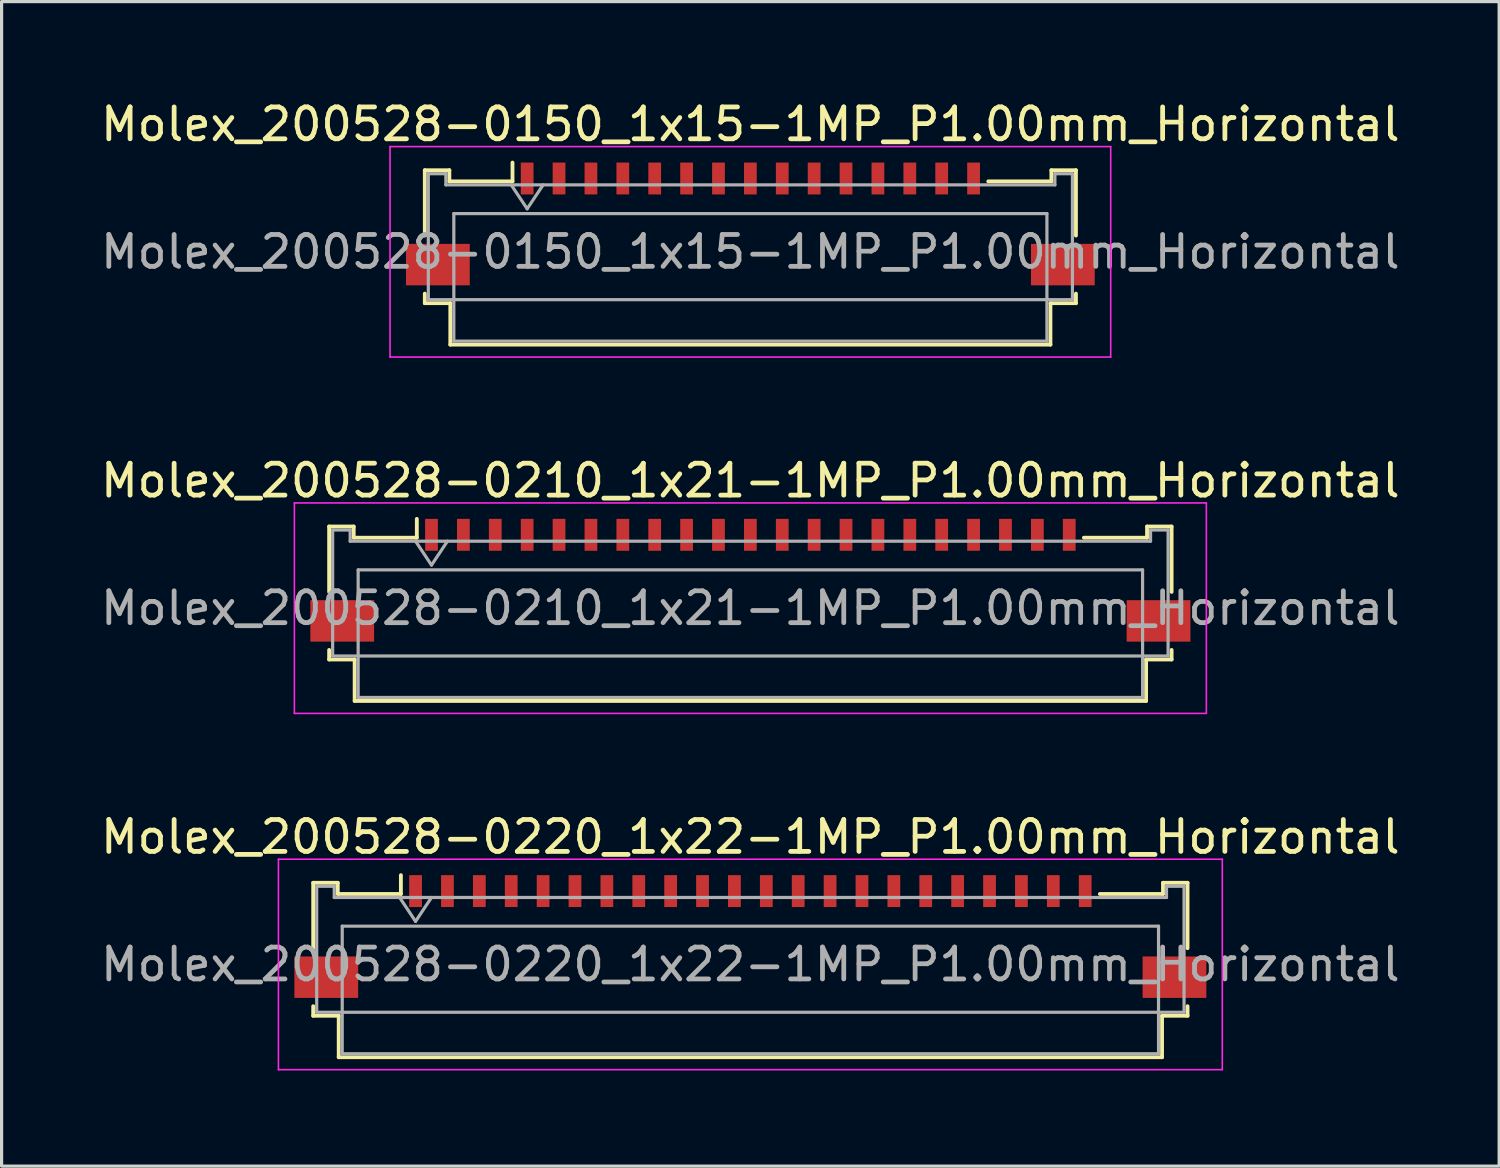
<source format=kicad_pcb>
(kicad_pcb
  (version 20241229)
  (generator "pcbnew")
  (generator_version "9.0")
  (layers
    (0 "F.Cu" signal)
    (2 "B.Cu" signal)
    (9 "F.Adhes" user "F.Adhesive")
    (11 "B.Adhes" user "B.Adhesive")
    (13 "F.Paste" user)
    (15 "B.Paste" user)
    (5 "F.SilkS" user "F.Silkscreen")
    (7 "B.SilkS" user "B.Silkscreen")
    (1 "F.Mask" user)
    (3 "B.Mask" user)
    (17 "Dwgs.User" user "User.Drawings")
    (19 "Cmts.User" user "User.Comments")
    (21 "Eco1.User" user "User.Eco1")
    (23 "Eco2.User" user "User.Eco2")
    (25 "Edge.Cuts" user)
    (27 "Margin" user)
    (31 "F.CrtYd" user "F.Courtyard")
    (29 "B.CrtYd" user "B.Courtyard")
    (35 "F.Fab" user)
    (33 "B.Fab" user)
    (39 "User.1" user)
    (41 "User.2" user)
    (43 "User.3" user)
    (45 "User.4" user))
  (footprint "Molex_200528-0150_1x15-1MP_P1.00mm_Horizontal"
    (layer "F.Cu")
    (at 20.482 3.458)
    (property "Reference" "Molex_200528-0150_1x15-1MP_P1.00mm_Horizontal" (at 0 -2.61 0) (layer "F.SilkS") (effects (font (size 1 1) (thickness 0.15))))
    (attr smd)
    (fp_line (start -10.21 -1.17) (end -10.21 0.88) (stroke (width 0.12) (type solid)) (layer "F.SilkS"))
    (fp_line (start -10.21 2.7) (end -10.21 3) (stroke (width 0.12) (type solid)) (layer "F.SilkS"))
    (fp_line (start -10.21 3) (end -9.41 3) (stroke (width 0.12) (type solid)) (layer "F.SilkS"))
    (fp_line (start -9.44 -1.17) (end -10.21 -1.17) (stroke (width 0.12) (type solid)) (layer "F.SilkS"))
    (fp_line (start -9.44 -0.82) (end -9.44 -1.17) (stroke (width 0.12) (type solid)) (layer "F.SilkS"))
    (fp_line (start -9.41 3) (end -9.41 4.3) (stroke (width 0.12) (type solid)) (layer "F.SilkS"))
    (fp_line (start -9.41 4.3) (end 9.41 4.3) (stroke (width 0.12) (type solid)) (layer "F.SilkS"))
    (fp_line (start -7.46 -1.41) (end -7.46 -0.82) (stroke (width 0.12) (type solid)) (layer "F.SilkS"))
    (fp_line (start -7.46 -0.82) (end -9.44 -0.82) (stroke (width 0.12) (type solid)) (layer "F.SilkS"))
    (fp_line (start 9.41 3) (end 10.21 3) (stroke (width 0.12) (type solid)) (layer "F.SilkS"))
    (fp_line (start 9.41 4.3) (end 9.41 3) (stroke (width 0.12) (type solid)) (layer "F.SilkS"))
    (fp_line (start 9.44 -1.17) (end 9.44 -0.82) (stroke (width 0.12) (type solid)) (layer "F.SilkS"))
    (fp_line (start 9.44 -0.82) (end 7.46 -0.82) (stroke (width 0.12) (type solid)) (layer "F.SilkS"))
    (fp_line (start 10.21 -1.17) (end 9.44 -1.17) (stroke (width 0.12) (type solid)) (layer "F.SilkS"))
    (fp_line (start 10.21 0.88) (end 10.21 -1.17) (stroke (width 0.12) (type solid)) (layer "F.SilkS"))
    (fp_line (start 10.21 3) (end 10.21 2.7) (stroke (width 0.12) (type solid)) (layer "F.SilkS"))
    (fp_line (start -11.3 -1.91) (end -11.3 4.69) (stroke (width 0.05) (type solid)) (layer "F.CrtYd"))
    (fp_line (start -11.3 4.69) (end 11.3 4.69) (stroke (width 0.05) (type solid)) (layer "F.CrtYd"))
    (fp_line (start 11.3 -1.91) (end -11.3 -1.91) (stroke (width 0.05) (type solid)) (layer "F.CrtYd"))
    (fp_line (start 11.3 4.69) (end 11.3 -1.91) (stroke (width 0.05) (type solid)) (layer "F.CrtYd"))
    (fp_line (start -10.1 -1.06) (end -10.1 2.89) (stroke (width 0.1) (type solid)) (layer "F.Fab"))
    (fp_line (start -10.1 2.89) (end 10.1 2.89) (stroke (width 0.1) (type solid)) (layer "F.Fab"))
    (fp_line (start -9.55 -1.06) (end -10.1 -1.06) (stroke (width 0.1) (type solid)) (layer "F.Fab"))
    (fp_line (start -9.55 -0.71) (end -9.55 -1.06) (stroke (width 0.1) (type solid)) (layer "F.Fab"))
    (fp_line (start -9.3 0.19) (end -9.3 4.19) (stroke (width 0.1) (type solid)) (layer "F.Fab"))
    (fp_line (start -9.3 4.19) (end 9.3 4.19) (stroke (width 0.1) (type solid)) (layer "F.Fab"))
    (fp_line (start -7.5 -0.71) (end -7 0.04) (stroke (width 0.1) (type solid)) (layer "F.Fab"))
    (fp_line (start -7 0.04) (end -6.5 -0.71) (stroke (width 0.1) (type solid)) (layer "F.Fab"))
    (fp_line (start 9.3 0.19) (end -9.3 0.19) (stroke (width 0.1) (type solid)) (layer "F.Fab"))
    (fp_line (start 9.3 4.19) (end 9.3 0.19) (stroke (width 0.1) (type solid)) (layer "F.Fab"))
    (fp_line (start 9.55 -1.06) (end 9.55 -0.71) (stroke (width 0.1) (type solid)) (layer "F.Fab"))
    (fp_line (start 9.55 -0.71) (end -9.55 -0.71) (stroke (width 0.1) (type solid)) (layer "F.Fab"))
    (fp_line (start 10.1 -1.06) (end 9.55 -1.06) (stroke (width 0.1) (type solid)) (layer "F.Fab"))
    (fp_line (start 10.1 2.89) (end 10.1 -1.06) (stroke (width 0.1) (type solid)) (layer "F.Fab"))
    (fp_text user "${REFERENCE}" (at 0 1.39 0) (layer "F.Fab") (effects (font (size 1 1) (thickness 0.15))))
    (pad "1" smd rect (at -7 -0.91) (size 0.4 1) (layers "F.Cu" "F.Mask" "F.Paste"))
    (pad "2" smd rect (at -6 -0.91) (size 0.4 1) (layers "F.Cu" "F.Mask" "F.Paste"))
    (pad "3" smd rect (at -5 -0.91) (size 0.4 1) (layers "F.Cu" "F.Mask" "F.Paste"))
    (pad "4" smd rect (at -4 -0.91) (size 0.4 1) (layers "F.Cu" "F.Mask" "F.Paste"))
    (pad "5" smd rect (at -3 -0.91) (size 0.4 1) (layers "F.Cu" "F.Mask" "F.Paste"))
    (pad "6" smd rect (at -2 -0.91) (size 0.4 1) (layers "F.Cu" "F.Mask" "F.Paste"))
    (pad "7" smd rect (at -1 -0.91) (size 0.4 1) (layers "F.Cu" "F.Mask" "F.Paste"))
    (pad "8" smd rect (at 0 -0.91) (size 0.4 1) (layers "F.Cu" "F.Mask" "F.Paste"))
    (pad "9" smd rect (at 1 -0.91) (size 0.4 1) (layers "F.Cu" "F.Mask" "F.Paste"))
    (pad "10" smd rect (at 2 -0.91) (size 0.4 1) (layers "F.Cu" "F.Mask" "F.Paste"))
    (pad "11" smd rect (at 3 -0.91) (size 0.4 1) (layers "F.Cu" "F.Mask" "F.Paste"))
    (pad "12" smd rect (at 4 -0.91) (size 0.4 1) (layers "F.Cu" "F.Mask" "F.Paste"))
    (pad "13" smd rect (at 5 -0.91) (size 0.4 1) (layers "F.Cu" "F.Mask" "F.Paste"))
    (pad "14" smd rect (at 6 -0.91) (size 0.4 1) (layers "F.Cu" "F.Mask" "F.Paste"))
    (pad "15" smd rect (at 7 -0.91) (size 0.4 1) (layers "F.Cu" "F.Mask" "F.Paste"))
    (pad "MP" smd rect (at -9.8 1.79) (size 2 1.3) (layers "F.Cu" "F.Mask" "F.Paste"))
    (pad "MP" smd rect (at 9.8 1.79) (size 2 1.3) (layers "F.Cu" "F.Mask" "F.Paste")))
  (footprint "Molex_200528-0210_1x21-1MP_P1.00mm_Horizontal"
    (layer "F.Cu")
    (at 20.482 14.632)
    (property "Reference" "Molex_200528-0210_1x21-1MP_P1.00mm_Horizontal" (at 0 -2.61 0) (layer "F.SilkS") (effects (font (size 1 1) (thickness 0.15))))
    (attr smd)
    (fp_line (start -13.21 -1.17) (end -13.21 0.88) (stroke (width 0.12) (type solid)) (layer "F.SilkS"))
    (fp_line (start -13.21 2.7) (end -13.21 3) (stroke (width 0.12) (type solid)) (layer "F.SilkS"))
    (fp_line (start -13.21 3) (end -12.41 3) (stroke (width 0.12) (type solid)) (layer "F.SilkS"))
    (fp_line (start -12.44 -1.17) (end -13.21 -1.17) (stroke (width 0.12) (type solid)) (layer "F.SilkS"))
    (fp_line (start -12.44 -0.82) (end -12.44 -1.17) (stroke (width 0.12) (type solid)) (layer "F.SilkS"))
    (fp_line (start -12.41 3) (end -12.41 4.3) (stroke (width 0.12) (type solid)) (layer "F.SilkS"))
    (fp_line (start -12.41 4.3) (end 12.41 4.3) (stroke (width 0.12) (type solid)) (layer "F.SilkS"))
    (fp_line (start -10.46 -1.41) (end -10.46 -0.82) (stroke (width 0.12) (type solid)) (layer "F.SilkS"))
    (fp_line (start -10.46 -0.82) (end -12.44 -0.82) (stroke (width 0.12) (type solid)) (layer "F.SilkS"))
    (fp_line (start 12.41 3) (end 13.21 3) (stroke (width 0.12) (type solid)) (layer "F.SilkS"))
    (fp_line (start 12.41 4.3) (end 12.41 3) (stroke (width 0.12) (type solid)) (layer "F.SilkS"))
    (fp_line (start 12.44 -1.17) (end 12.44 -0.82) (stroke (width 0.12) (type solid)) (layer "F.SilkS"))
    (fp_line (start 12.44 -0.82) (end 10.46 -0.82) (stroke (width 0.12) (type solid)) (layer "F.SilkS"))
    (fp_line (start 13.21 -1.17) (end 12.44 -1.17) (stroke (width 0.12) (type solid)) (layer "F.SilkS"))
    (fp_line (start 13.21 0.88) (end 13.21 -1.17) (stroke (width 0.12) (type solid)) (layer "F.SilkS"))
    (fp_line (start 13.21 3) (end 13.21 2.7) (stroke (width 0.12) (type solid)) (layer "F.SilkS"))
    (fp_line (start -14.3 -1.91) (end -14.3 4.69) (stroke (width 0.05) (type solid)) (layer "F.CrtYd"))
    (fp_line (start -14.3 4.69) (end 14.3 4.69) (stroke (width 0.05) (type solid)) (layer "F.CrtYd"))
    (fp_line (start 14.3 -1.91) (end -14.3 -1.91) (stroke (width 0.05) (type solid)) (layer "F.CrtYd"))
    (fp_line (start 14.3 4.69) (end 14.3 -1.91) (stroke (width 0.05) (type solid)) (layer "F.CrtYd"))
    (fp_line (start -13.1 -1.06) (end -13.1 2.89) (stroke (width 0.1) (type solid)) (layer "F.Fab"))
    (fp_line (start -13.1 2.89) (end 13.1 2.89) (stroke (width 0.1) (type solid)) (layer "F.Fab"))
    (fp_line (start -12.55 -1.06) (end -13.1 -1.06) (stroke (width 0.1) (type solid)) (layer "F.Fab"))
    (fp_line (start -12.55 -0.71) (end -12.55 -1.06) (stroke (width 0.1) (type solid)) (layer "F.Fab"))
    (fp_line (start -12.3 0.19) (end -12.3 4.19) (stroke (width 0.1) (type solid)) (layer "F.Fab"))
    (fp_line (start -12.3 4.19) (end 12.3 4.19) (stroke (width 0.1) (type solid)) (layer "F.Fab"))
    (fp_line (start -10.5 -0.71) (end -10 0.04) (stroke (width 0.1) (type solid)) (layer "F.Fab"))
    (fp_line (start -10 0.04) (end -9.5 -0.71) (stroke (width 0.1) (type solid)) (layer "F.Fab"))
    (fp_line (start 12.3 0.19) (end -12.3 0.19) (stroke (width 0.1) (type solid)) (layer "F.Fab"))
    (fp_line (start 12.3 4.19) (end 12.3 0.19) (stroke (width 0.1) (type solid)) (layer "F.Fab"))
    (fp_line (start 12.55 -1.06) (end 12.55 -0.71) (stroke (width 0.1) (type solid)) (layer "F.Fab"))
    (fp_line (start 12.55 -0.71) (end -12.55 -0.71) (stroke (width 0.1) (type solid)) (layer "F.Fab"))
    (fp_line (start 13.1 -1.06) (end 12.55 -1.06) (stroke (width 0.1) (type solid)) (layer "F.Fab"))
    (fp_line (start 13.1 2.89) (end 13.1 -1.06) (stroke (width 0.1) (type solid)) (layer "F.Fab"))
    (fp_text user "${REFERENCE}" (at 0 1.39 0) (layer "F.Fab") (effects (font (size 1 1) (thickness 0.15))))
    (pad "1" smd rect (at -10 -0.91) (size 0.4 1) (layers "F.Cu" "F.Mask" "F.Paste"))
    (pad "2" smd rect (at -9 -0.91) (size 0.4 1) (layers "F.Cu" "F.Mask" "F.Paste"))
    (pad "3" smd rect (at -8 -0.91) (size 0.4 1) (layers "F.Cu" "F.Mask" "F.Paste"))
    (pad "4" smd rect (at -7 -0.91) (size 0.4 1) (layers "F.Cu" "F.Mask" "F.Paste"))
    (pad "5" smd rect (at -6 -0.91) (size 0.4 1) (layers "F.Cu" "F.Mask" "F.Paste"))
    (pad "6" smd rect (at -5 -0.91) (size 0.4 1) (layers "F.Cu" "F.Mask" "F.Paste"))
    (pad "7" smd rect (at -4 -0.91) (size 0.4 1) (layers "F.Cu" "F.Mask" "F.Paste"))
    (pad "8" smd rect (at -3 -0.91) (size 0.4 1) (layers "F.Cu" "F.Mask" "F.Paste"))
    (pad "9" smd rect (at -2 -0.91) (size 0.4 1) (layers "F.Cu" "F.Mask" "F.Paste"))
    (pad "10" smd rect (at -1 -0.91) (size 0.4 1) (layers "F.Cu" "F.Mask" "F.Paste"))
    (pad "11" smd rect (at 0 -0.91) (size 0.4 1) (layers "F.Cu" "F.Mask" "F.Paste"))
    (pad "12" smd rect (at 1 -0.91) (size 0.4 1) (layers "F.Cu" "F.Mask" "F.Paste"))
    (pad "13" smd rect (at 2 -0.91) (size 0.4 1) (layers "F.Cu" "F.Mask" "F.Paste"))
    (pad "14" smd rect (at 3 -0.91) (size 0.4 1) (layers "F.Cu" "F.Mask" "F.Paste"))
    (pad "15" smd rect (at 4 -0.91) (size 0.4 1) (layers "F.Cu" "F.Mask" "F.Paste"))
    (pad "16" smd rect (at 5 -0.91) (size 0.4 1) (layers "F.Cu" "F.Mask" "F.Paste"))
    (pad "17" smd rect (at 6 -0.91) (size 0.4 1) (layers "F.Cu" "F.Mask" "F.Paste"))
    (pad "18" smd rect (at 7 -0.91) (size 0.4 1) (layers "F.Cu" "F.Mask" "F.Paste"))
    (pad "19" smd rect (at 8 -0.91) (size 0.4 1) (layers "F.Cu" "F.Mask" "F.Paste"))
    (pad "20" smd rect (at 9 -0.91) (size 0.4 1) (layers "F.Cu" "F.Mask" "F.Paste"))
    (pad "21" smd rect (at 10 -0.91) (size 0.4 1) (layers "F.Cu" "F.Mask" "F.Paste"))
    (pad "MP" smd rect (at -12.8 1.79) (size 2 1.3) (layers "F.Cu" "F.Mask" "F.Paste"))
    (pad "MP" smd rect (at 12.8 1.79) (size 2 1.3) (layers "F.Cu" "F.Mask" "F.Paste")))
  (footprint "Molex_200528-0220_1x22-1MP_P1.00mm_Horizontal"
    (layer "F.Cu")
    (at 20.482 25.805)
    (property "Reference" "Molex_200528-0220_1x22-1MP_P1.00mm_Horizontal" (at 0 -2.61 0) (layer "F.SilkS") (effects (font (size 1 1) (thickness 0.15))))
    (attr smd)
    (fp_line (start -13.71 -1.17) (end -13.71 0.88) (stroke (width 0.12) (type solid)) (layer "F.SilkS"))
    (fp_line (start -13.71 2.7) (end -13.71 3) (stroke (width 0.12) (type solid)) (layer "F.SilkS"))
    (fp_line (start -13.71 3) (end -12.91 3) (stroke (width 0.12) (type solid)) (layer "F.SilkS"))
    (fp_line (start -12.94 -1.17) (end -13.71 -1.17) (stroke (width 0.12) (type solid)) (layer "F.SilkS"))
    (fp_line (start -12.94 -0.82) (end -12.94 -1.17) (stroke (width 0.12) (type solid)) (layer "F.SilkS"))
    (fp_line (start -12.91 3) (end -12.91 4.3) (stroke (width 0.12) (type solid)) (layer "F.SilkS"))
    (fp_line (start -12.91 4.3) (end 12.91 4.3) (stroke (width 0.12) (type solid)) (layer "F.SilkS"))
    (fp_line (start -10.96 -1.41) (end -10.96 -0.82) (stroke (width 0.12) (type solid)) (layer "F.SilkS"))
    (fp_line (start -10.96 -0.82) (end -12.94 -0.82) (stroke (width 0.12) (type solid)) (layer "F.SilkS"))
    (fp_line (start 12.91 3) (end 13.71 3) (stroke (width 0.12) (type solid)) (layer "F.SilkS"))
    (fp_line (start 12.91 4.3) (end 12.91 3) (stroke (width 0.12) (type solid)) (layer "F.SilkS"))
    (fp_line (start 12.94 -1.17) (end 12.94 -0.82) (stroke (width 0.12) (type solid)) (layer "F.SilkS"))
    (fp_line (start 12.94 -0.82) (end 10.96 -0.82) (stroke (width 0.12) (type solid)) (layer "F.SilkS"))
    (fp_line (start 13.71 -1.17) (end 12.94 -1.17) (stroke (width 0.12) (type solid)) (layer "F.SilkS"))
    (fp_line (start 13.71 0.88) (end 13.71 -1.17) (stroke (width 0.12) (type solid)) (layer "F.SilkS"))
    (fp_line (start 13.71 3) (end 13.71 2.7) (stroke (width 0.12) (type solid)) (layer "F.SilkS"))
    (fp_line (start -14.8 -1.91) (end -14.8 4.69) (stroke (width 0.05) (type solid)) (layer "F.CrtYd"))
    (fp_line (start -14.8 4.69) (end 14.8 4.69) (stroke (width 0.05) (type solid)) (layer "F.CrtYd"))
    (fp_line (start 14.8 -1.91) (end -14.8 -1.91) (stroke (width 0.05) (type solid)) (layer "F.CrtYd"))
    (fp_line (start 14.8 4.69) (end 14.8 -1.91) (stroke (width 0.05) (type solid)) (layer "F.CrtYd"))
    (fp_line (start -13.6 -1.06) (end -13.6 2.89) (stroke (width 0.1) (type solid)) (layer "F.Fab"))
    (fp_line (start -13.6 2.89) (end 13.6 2.89) (stroke (width 0.1) (type solid)) (layer "F.Fab"))
    (fp_line (start -13.05 -1.06) (end -13.6 -1.06) (stroke (width 0.1) (type solid)) (layer "F.Fab"))
    (fp_line (start -13.05 -0.71) (end -13.05 -1.06) (stroke (width 0.1) (type solid)) (layer "F.Fab"))
    (fp_line (start -12.8 0.19) (end -12.8 4.19) (stroke (width 0.1) (type solid)) (layer "F.Fab"))
    (fp_line (start -12.8 4.19) (end 12.8 4.19) (stroke (width 0.1) (type solid)) (layer "F.Fab"))
    (fp_line (start -11 -0.71) (end -10.5 0.04) (stroke (width 0.1) (type solid)) (layer "F.Fab"))
    (fp_line (start -10.5 0.04) (end -10 -0.71) (stroke (width 0.1) (type solid)) (layer "F.Fab"))
    (fp_line (start 12.8 0.19) (end -12.8 0.19) (stroke (width 0.1) (type solid)) (layer "F.Fab"))
    (fp_line (start 12.8 4.19) (end 12.8 0.19) (stroke (width 0.1) (type solid)) (layer "F.Fab"))
    (fp_line (start 13.05 -1.06) (end 13.05 -0.71) (stroke (width 0.1) (type solid)) (layer "F.Fab"))
    (fp_line (start 13.05 -0.71) (end -13.05 -0.71) (stroke (width 0.1) (type solid)) (layer "F.Fab"))
    (fp_line (start 13.6 -1.06) (end 13.05 -1.06) (stroke (width 0.1) (type solid)) (layer "F.Fab"))
    (fp_line (start 13.6 2.89) (end 13.6 -1.06) (stroke (width 0.1) (type solid)) (layer "F.Fab"))
    (fp_text user "${REFERENCE}" (at 0 1.39 0) (layer "F.Fab") (effects (font (size 1 1) (thickness 0.15))))
    (pad "1" smd rect (at -10.5 -0.91) (size 0.4 1) (layers "F.Cu" "F.Mask" "F.Paste"))
    (pad "2" smd rect (at -9.5 -0.91) (size 0.4 1) (layers "F.Cu" "F.Mask" "F.Paste"))
    (pad "3" smd rect (at -8.5 -0.91) (size 0.4 1) (layers "F.Cu" "F.Mask" "F.Paste"))
    (pad "4" smd rect (at -7.5 -0.91) (size 0.4 1) (layers "F.Cu" "F.Mask" "F.Paste"))
    (pad "5" smd rect (at -6.5 -0.91) (size 0.4 1) (layers "F.Cu" "F.Mask" "F.Paste"))
    (pad "6" smd rect (at -5.5 -0.91) (size 0.4 1) (layers "F.Cu" "F.Mask" "F.Paste"))
    (pad "7" smd rect (at -4.5 -0.91) (size 0.4 1) (layers "F.Cu" "F.Mask" "F.Paste"))
    (pad "8" smd rect (at -3.5 -0.91) (size 0.4 1) (layers "F.Cu" "F.Mask" "F.Paste"))
    (pad "9" smd rect (at -2.5 -0.91) (size 0.4 1) (layers "F.Cu" "F.Mask" "F.Paste"))
    (pad "10" smd rect (at -1.5 -0.91) (size 0.4 1) (layers "F.Cu" "F.Mask" "F.Paste"))
    (pad "11" smd rect (at -0.5 -0.91) (size 0.4 1) (layers "F.Cu" "F.Mask" "F.Paste"))
    (pad "12" smd rect (at 0.5 -0.91) (size 0.4 1) (layers "F.Cu" "F.Mask" "F.Paste"))
    (pad "13" smd rect (at 1.5 -0.91) (size 0.4 1) (layers "F.Cu" "F.Mask" "F.Paste"))
    (pad "14" smd rect (at 2.5 -0.91) (size 0.4 1) (layers "F.Cu" "F.Mask" "F.Paste"))
    (pad "15" smd rect (at 3.5 -0.91) (size 0.4 1) (layers "F.Cu" "F.Mask" "F.Paste"))
    (pad "16" smd rect (at 4.5 -0.91) (size 0.4 1) (layers "F.Cu" "F.Mask" "F.Paste"))
    (pad "17" smd rect (at 5.5 -0.91) (size 0.4 1) (layers "F.Cu" "F.Mask" "F.Paste"))
    (pad "18" smd rect (at 6.5 -0.91) (size 0.4 1) (layers "F.Cu" "F.Mask" "F.Paste"))
    (pad "19" smd rect (at 7.5 -0.91) (size 0.4 1) (layers "F.Cu" "F.Mask" "F.Paste"))
    (pad "20" smd rect (at 8.5 -0.91) (size 0.4 1) (layers "F.Cu" "F.Mask" "F.Paste"))
    (pad "21" smd rect (at 9.5 -0.91) (size 0.4 1) (layers "F.Cu" "F.Mask" "F.Paste"))
    (pad "22" smd rect (at 10.5 -0.91) (size 0.4 1) (layers "F.Cu" "F.Mask" "F.Paste"))
    (pad "MP" smd rect (at -13.3 1.79) (size 2 1.3) (layers "F.Cu" "F.Mask" "F.Paste"))
    (pad "MP" smd rect (at 13.3 1.79) (size 2 1.3) (layers "F.Cu" "F.Mask" "F.Paste")))
  (gr_rect
    (start -3 -3)
    (end 43.964 33.52)
    (stroke (width 0.1) (type default))
    (fill no)
    (layer "Edge.Cuts")))
</source>
